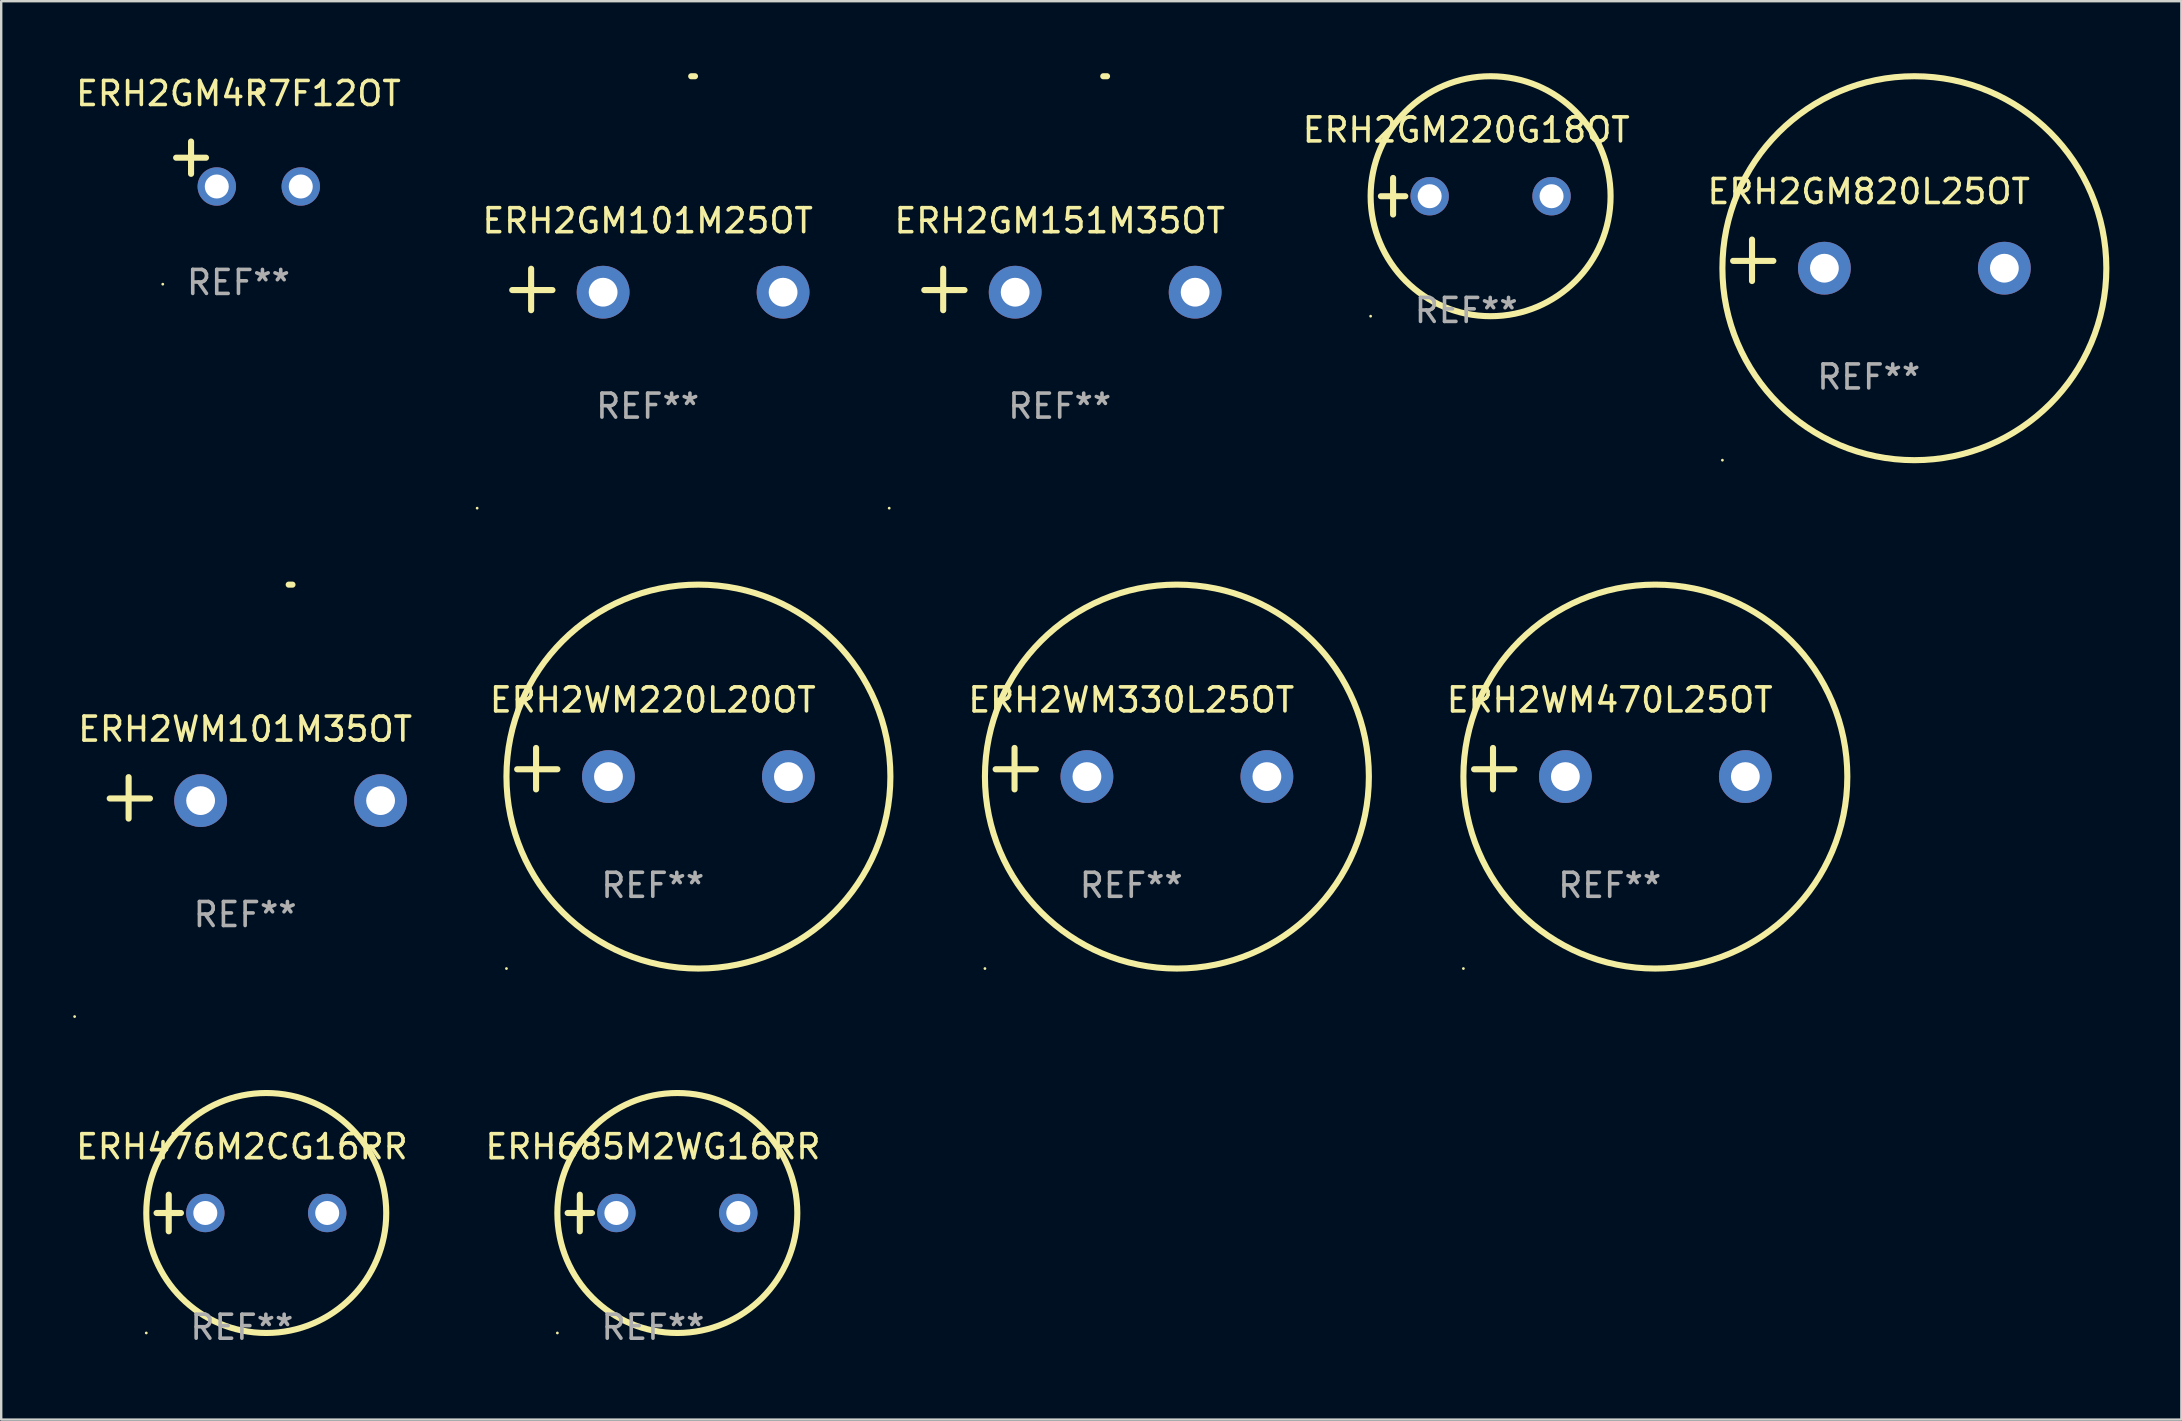
<source format=kicad_pcb>
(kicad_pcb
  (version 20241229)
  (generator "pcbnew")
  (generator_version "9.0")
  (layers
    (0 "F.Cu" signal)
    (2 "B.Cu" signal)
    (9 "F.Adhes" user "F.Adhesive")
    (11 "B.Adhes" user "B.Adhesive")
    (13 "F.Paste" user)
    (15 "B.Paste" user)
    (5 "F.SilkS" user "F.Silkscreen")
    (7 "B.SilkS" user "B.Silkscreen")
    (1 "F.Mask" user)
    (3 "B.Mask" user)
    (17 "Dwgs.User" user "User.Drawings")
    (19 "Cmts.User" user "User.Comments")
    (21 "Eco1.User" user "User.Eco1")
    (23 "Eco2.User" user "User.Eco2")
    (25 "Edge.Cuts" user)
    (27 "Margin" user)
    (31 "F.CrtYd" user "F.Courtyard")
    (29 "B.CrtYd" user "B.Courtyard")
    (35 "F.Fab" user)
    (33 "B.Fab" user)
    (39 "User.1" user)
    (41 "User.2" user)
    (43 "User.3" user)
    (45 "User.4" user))
  (footprint "ERH2WM101M35OT"
    (layer "F.Cu")
    (at 7.166 30.2)
    (property "Reference" "ERH2WM101M35OT" (at 0 -2.864 0) (layer "F.SilkS") (effects (font (size 1 1) (thickness 0.15))))
    (attr through_hole)
    (fp_line (start -4.856 0.864) (end -4.856 -0.864) (stroke (width 0.254) (type solid)) (layer "F.SilkS"))
    (fp_line (start -3.967 0.025) (end -5.644 0.025) (stroke (width 0.254) (type solid)) (layer "F.SilkS"))
    (fp_arc (start 1.815024 -8.885649) (mid 1.893764 -8.88599) (end 1.972504 -8.885649) (stroke (width 0.254001) (type solid)) (layer "F.SilkS"))
    (fp_circle (center -7.106 9.114) (end -7.076 9.114) (stroke (width 0.06) (type solid)) (fill no) (layer "F.SilkS"))
    (fp_text user "REF**" (at 0 4.864 0) (layer "F.Fab") (effects (font (size 1 1) (thickness 0.15))))
    (pad "1" thru_hole circle (at -1.856 0.114) (size 2.2 2.2) (drill 1.2) (layers "*.Cu" "*.Mask"))
    (pad "2" thru_hole circle (at 5.644 0.114) (size 2.2 2.2) (drill 1.2) (layers "*.Cu" "*.Mask")))
  (footprint "ERH2GM101M25OT"
    (layer "F.Cu")
    (at 23.94 9.013)
    (property "Reference" "ERH2GM101M25OT" (at 0 -2.864 0) (layer "F.SilkS") (effects (font (size 1 1) (thickness 0.15))))
    (attr through_hole)
    (fp_line (start -4.856 0.864) (end -4.856 -0.864) (stroke (width 0.254) (type solid)) (layer "F.SilkS"))
    (fp_line (start -3.967 0.025) (end -5.644 0.025) (stroke (width 0.254) (type solid)) (layer "F.SilkS"))
    (fp_arc (start 1.815024 -8.885649) (mid 1.893764 -8.88599) (end 1.972504 -8.885649) (stroke (width 0.254001) (type solid)) (layer "F.SilkS"))
    (fp_circle (center -7.106 9.114) (end -7.076 9.114) (stroke (width 0.06) (type solid)) (fill no) (layer "F.SilkS"))
    (fp_text user "REF**" (at 0 4.864 0) (layer "F.Fab") (effects (font (size 1 1) (thickness 0.15))))
    (pad "1" thru_hole circle (at -1.856 0.114) (size 2.2 2.2) (drill 1.2) (layers "*.Cu" "*.Mask"))
    (pad "2" thru_hole circle (at 5.644 0.114) (size 2.2 2.2) (drill 1.2) (layers "*.Cu" "*.Mask")))
  (footprint "ERH685M2WG16RR"
    (layer "F.Cu")
    (at 24.161 47.5)
    (property "Reference" "ERH685M2WG16RR" (at 0 -2.762 0) (layer "F.SilkS") (effects (font (size 1 1) (thickness 0.15))))
    (attr through_hole)
    (fp_line (start -3.556 0) (end -2.54 0) (stroke (width 0.254) (type solid)) (layer "F.SilkS"))
    (fp_line (start -3.048 -0.762) (end -3.048 0.762) (stroke (width 0.254) (type solid)) (layer "F.SilkS"))
    (fp_circle (center -3.984 5) (end -3.954 5) (stroke (width 0.06) (type solid)) (fill no) (layer "F.SilkS"))
    (fp_circle (center 1.016 0) (end 6.016 0) (stroke (width 0.254) (type solid)) (fill no) (layer "F.SilkS"))
    (fp_text user "REF**" (at 0 4.762 0) (layer "F.Fab") (effects (font (size 1 1) (thickness 0.15))))
    (pad "1" thru_hole circle (at -1.524 0) (size 1.6 1.6) (drill 1) (layers "*.Cu" "*.Mask"))
    (pad "2" thru_hole circle (at 3.556 0) (size 1.6 1.6) (drill 1) (layers "*.Cu" "*.Mask")))
  (footprint "ERH2GM4R7F12OT"
    (layer "F.Cu")
    (at 6.887 3.785)
    (property "Reference" "ERH2GM4R7F12OT" (at 0 -2.937 0) (layer "F.SilkS") (effects (font (size 1 1) (thickness 0.15))))
    (attr through_hole)
    (fp_line (start -1.975 0.41) (end -1.975 -0.937) (stroke (width 0.254) (type solid)) (layer "F.SilkS"))
    (fp_line (start -1.353 -0.263) (end -2.597 -0.263) (stroke (width 0.254) (type solid)) (layer "F.SilkS"))
    (fp_arc (start 0.849809 -3.063957) (mid 0.885369 -3.064114) (end 0.920929 -3.063957) (stroke (width 0.254001) (type solid)) (layer "F.SilkS"))
    (fp_circle (center -3.154 5.008) (end -3.124 5.008) (stroke (width 0.06) (type solid)) (fill no) (layer "F.SilkS"))
    (fp_text user "REF**" (at 0 4.937 0) (layer "F.Fab") (effects (font (size 1 1) (thickness 0.15))))
    (pad "1" thru_hole circle (at -0.903 0.937) (size 1.6 1.6) (drill 1) (layers "*.Cu" "*.Mask"))
    (pad "2" thru_hole circle (at 2.597 0.937) (size 1.6 1.6) (drill 1) (layers "*.Cu" "*.Mask")))
  (footprint "ERH2WM470L25OT"
    (layer "F.Cu")
    (at 64.033 28.983)
    (property "Reference" "ERH2WM470L25OT" (at 0 -2.864 0) (layer "F.SilkS") (effects (font (size 1 1) (thickness 0.15))))
    (attr through_hole)
    (fp_line (start -4.864 0.864) (end -4.864 -0.864) (stroke (width 0.254) (type solid)) (layer "F.SilkS"))
    (fp_line (start -3.975 0.025) (end -5.652 0.025) (stroke (width 0.254) (type solid)) (layer "F.SilkS"))
    (fp_circle (center -6.098 8.33) (end -6.068 8.33) (stroke (width 0.06) (type solid)) (fill no) (layer "F.SilkS"))
    (fp_circle (center 1.902 0.33) (end 9.902 0.33) (stroke (width 0.254) (type solid)) (fill no) (layer "F.SilkS"))
    (fp_text user "REF**" (at 0 4.864 0) (layer "F.Fab") (effects (font (size 1 1) (thickness 0.15))))
    (pad "1" thru_hole circle (at -1.848 0.33) (size 2.2 2.2) (drill 1.2) (layers "*.Cu" "*.Mask"))
    (pad "2" thru_hole circle (at 5.652 0.33) (size 2.2 2.2) (drill 1.2) (layers "*.Cu" "*.Mask")))
  (footprint "ERH2WM330L25OT"
    (layer "F.Cu")
    (at 44.094 28.983)
    (property "Reference" "ERH2WM330L25OT" (at 0 -2.864 0) (layer "F.SilkS") (effects (font (size 1 1) (thickness 0.15))))
    (attr through_hole)
    (fp_line (start -4.864 0.864) (end -4.864 -0.864) (stroke (width 0.254) (type solid)) (layer "F.SilkS"))
    (fp_line (start -3.975 0.025) (end -5.652 0.025) (stroke (width 0.254) (type solid)) (layer "F.SilkS"))
    (fp_circle (center -6.098 8.33) (end -6.068 8.33) (stroke (width 0.06) (type solid)) (fill no) (layer "F.SilkS"))
    (fp_circle (center 1.902 0.33) (end 9.902 0.33) (stroke (width 0.254) (type solid)) (fill no) (layer "F.SilkS"))
    (fp_text user "REF**" (at 0 4.864 0) (layer "F.Fab") (effects (font (size 1 1) (thickness 0.15))))
    (pad "1" thru_hole circle (at -1.848 0.33) (size 2.2 2.2) (drill 1.2) (layers "*.Cu" "*.Mask"))
    (pad "2" thru_hole circle (at 5.652 0.33) (size 2.2 2.2) (drill 1.2) (layers "*.Cu" "*.Mask")))
  (footprint "ERH2GM220G18OT"
    (layer "F.Cu")
    (at 58.053 5.127)
    (property "Reference" "ERH2GM220G18OT" (at 0 -2.762 0) (layer "F.SilkS") (effects (font (size 1 1) (thickness 0.15))))
    (attr through_hole)
    (fp_line (start -3.556 0) (end -2.54 0) (stroke (width 0.254) (type solid)) (layer "F.SilkS"))
    (fp_line (start -3.048 -0.762) (end -3.048 0.762) (stroke (width 0.254) (type solid)) (layer "F.SilkS"))
    (fp_circle (center -3.984 5) (end -3.954 5) (stroke (width 0.06) (type solid)) (fill no) (layer "F.SilkS"))
    (fp_circle (center 1.016 0) (end 6.016 0) (stroke (width 0.254) (type solid)) (fill no) (layer "F.SilkS"))
    (fp_text user "REF**" (at 0 4.762 0) (layer "F.Fab") (effects (font (size 1 1) (thickness 0.15))))
    (pad "1" thru_hole circle (at -1.524 0) (size 1.6 1.6) (drill 1) (layers "*.Cu" "*.Mask"))
    (pad "2" thru_hole circle (at 3.556 0) (size 1.6 1.6) (drill 1) (layers "*.Cu" "*.Mask")))
  (footprint "ERH2GM820L25OT"
    (layer "F.Cu")
    (at 74.827 7.797)
    (property "Reference" "ERH2GM820L25OT" (at 0 -2.864 0) (layer "F.SilkS") (effects (font (size 1 1) (thickness 0.15))))
    (attr through_hole)
    (fp_line (start -4.864 0.864) (end -4.864 -0.864) (stroke (width 0.254) (type solid)) (layer "F.SilkS"))
    (fp_line (start -3.975 0.025) (end -5.652 0.025) (stroke (width 0.254) (type solid)) (layer "F.SilkS"))
    (fp_circle (center -6.098 8.33) (end -6.068 8.33) (stroke (width 0.06) (type solid)) (fill no) (layer "F.SilkS"))
    (fp_circle (center 1.902 0.33) (end 9.902 0.33) (stroke (width 0.254) (type solid)) (fill no) (layer "F.SilkS"))
    (fp_text user "REF**" (at 0 4.864 0) (layer "F.Fab") (effects (font (size 1 1) (thickness 0.15))))
    (pad "1" thru_hole circle (at -1.848 0.33) (size 2.2 2.2) (drill 1.2) (layers "*.Cu" "*.Mask"))
    (pad "2" thru_hole circle (at 5.652 0.33) (size 2.2 2.2) (drill 1.2) (layers "*.Cu" "*.Mask")))
  (footprint "ERH476M2CG16RR"
    (layer "F.Cu")
    (at 7.03 47.5)
    (property "Reference" "ERH476M2CG16RR" (at 0 -2.762 0) (layer "F.SilkS") (effects (font (size 1 1) (thickness 0.15))))
    (attr through_hole)
    (fp_line (start -3.556 0) (end -2.54 0) (stroke (width 0.254) (type solid)) (layer "F.SilkS"))
    (fp_line (start -3.048 -0.762) (end -3.048 0.762) (stroke (width 0.254) (type solid)) (layer "F.SilkS"))
    (fp_circle (center -3.984 5) (end -3.954 5) (stroke (width 0.06) (type solid)) (fill no) (layer "F.SilkS"))
    (fp_circle (center 1.016 0) (end 6.016 0) (stroke (width 0.254) (type solid)) (fill no) (layer "F.SilkS"))
    (fp_text user "REF**" (at 0 4.762 0) (layer "F.Fab") (effects (font (size 1 1) (thickness 0.15))))
    (pad "1" thru_hole circle (at -1.524 0) (size 1.6 1.6) (drill 1) (layers "*.Cu" "*.Mask"))
    (pad "2" thru_hole circle (at 3.556 0) (size 1.6 1.6) (drill 1) (layers "*.Cu" "*.Mask")))
  (footprint "ERH2WM220L20OT"
    (layer "F.Cu")
    (at 24.154 28.983)
    (property "Reference" "ERH2WM220L20OT" (at 0 -2.864 0) (layer "F.SilkS") (effects (font (size 1 1) (thickness 0.15))))
    (attr through_hole)
    (fp_line (start -4.864 0.864) (end -4.864 -0.864) (stroke (width 0.254) (type solid)) (layer "F.SilkS"))
    (fp_line (start -3.975 0.025) (end -5.652 0.025) (stroke (width 0.254) (type solid)) (layer "F.SilkS"))
    (fp_circle (center -6.098 8.33) (end -6.068 8.33) (stroke (width 0.06) (type solid)) (fill no) (layer "F.SilkS"))
    (fp_circle (center 1.902 0.33) (end 9.902 0.33) (stroke (width 0.254) (type solid)) (fill no) (layer "F.SilkS"))
    (fp_text user "REF**" (at 0 4.864 0) (layer "F.Fab") (effects (font (size 1 1) (thickness 0.15))))
    (pad "1" thru_hole circle (at -1.848 0.33) (size 2.2 2.2) (drill 1.2) (layers "*.Cu" "*.Mask"))
    (pad "2" thru_hole circle (at 5.652 0.33) (size 2.2 2.2) (drill 1.2) (layers "*.Cu" "*.Mask")))
  (footprint "ERH2GM151M35OT"
    (layer "F.Cu")
    (at 41.112 9.013)
    (property "Reference" "ERH2GM151M35OT" (at 0 -2.864 0) (layer "F.SilkS") (effects (font (size 1 1) (thickness 0.15))))
    (attr through_hole)
    (fp_line (start -4.856 0.864) (end -4.856 -0.864) (stroke (width 0.254) (type solid)) (layer "F.SilkS"))
    (fp_line (start -3.967 0.025) (end -5.644 0.025) (stroke (width 0.254) (type solid)) (layer "F.SilkS"))
    (fp_arc (start 1.815024 -8.885649) (mid 1.893764 -8.88599) (end 1.972504 -8.885649) (stroke (width 0.254001) (type solid)) (layer "F.SilkS"))
    (fp_circle (center -7.106 9.114) (end -7.076 9.114) (stroke (width 0.06) (type solid)) (fill no) (layer "F.SilkS"))
    (fp_text user "REF**" (at 0 4.864 0) (layer "F.Fab") (effects (font (size 1 1) (thickness 0.15))))
    (pad "1" thru_hole circle (at -1.856 0.114) (size 2.2 2.2) (drill 1.2) (layers "*.Cu" "*.Mask"))
    (pad "2" thru_hole circle (at 5.644 0.114) (size 2.2 2.2) (drill 1.2) (layers "*.Cu" "*.Mask")))
  (gr_rect
    (start -3 -3)
    (end 87.855 56.11)
    (stroke (width 0.1) (type default))
    (fill no)
    (layer "Edge.Cuts")))
</source>
